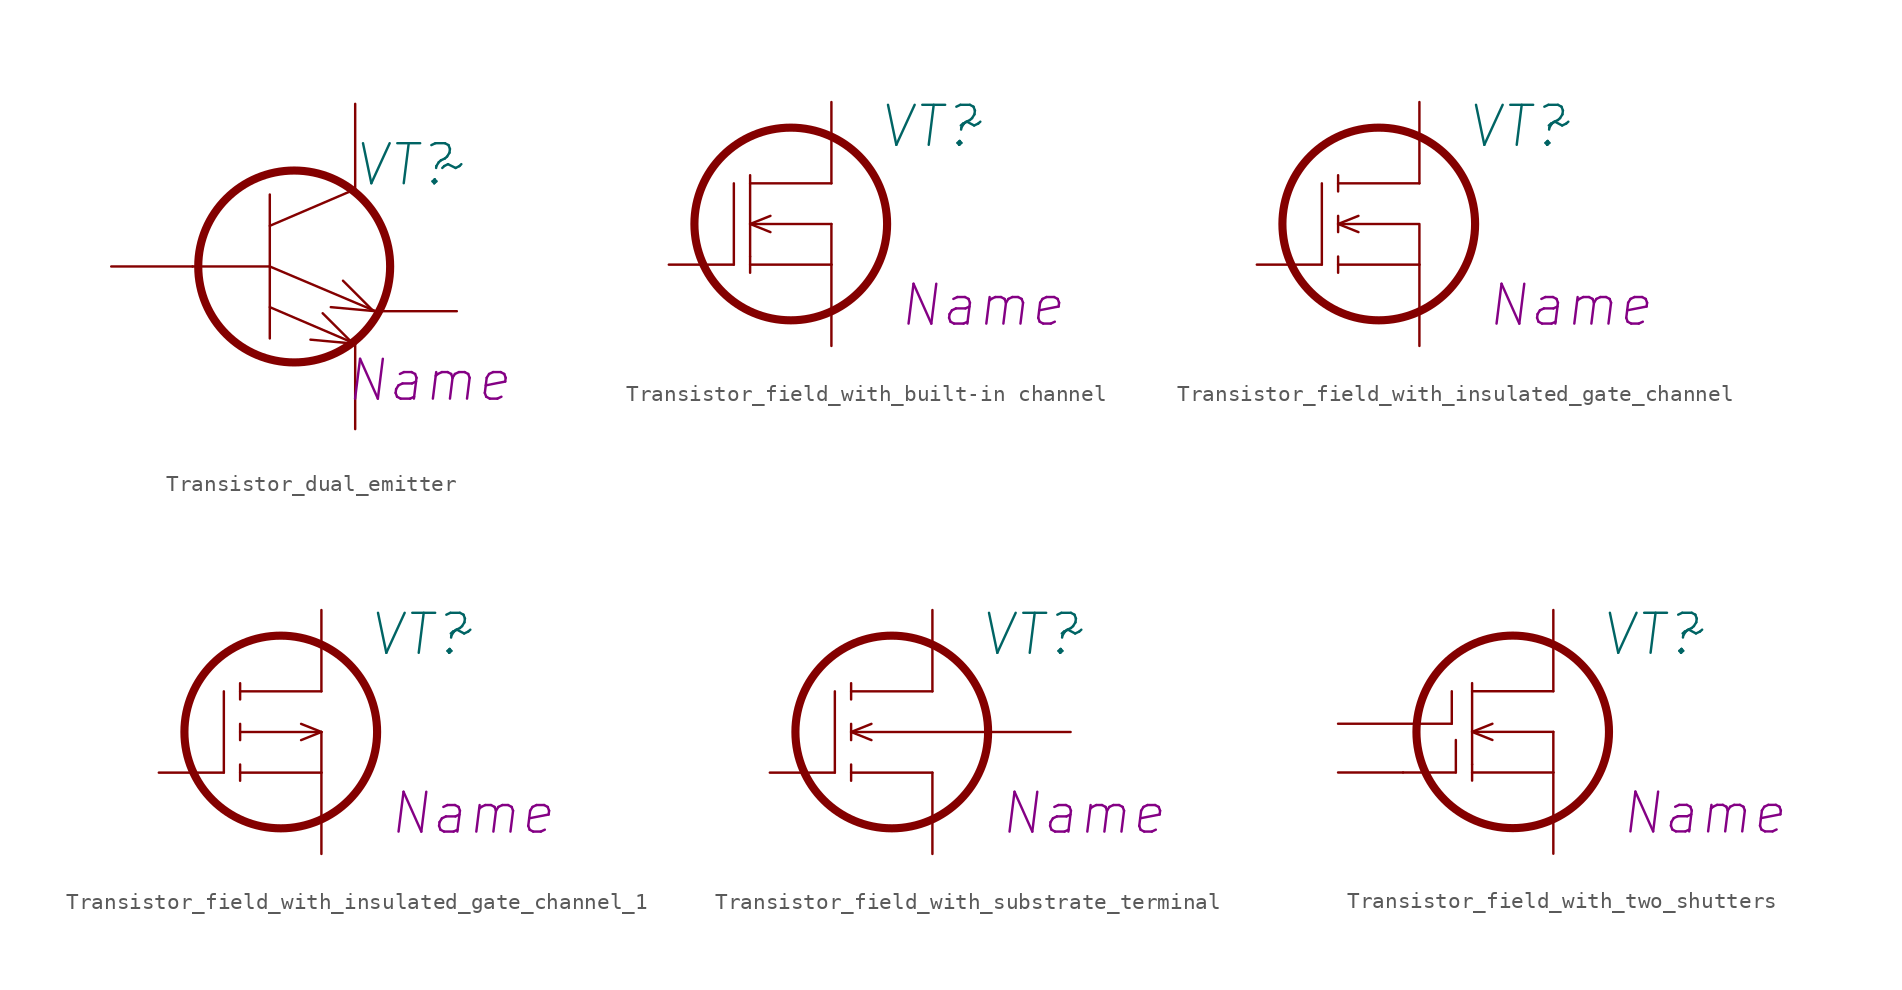
<source format=kicad_sym>
(kicad_symbol_lib
  (version 20241209)
  (generator "kicad_symbol_editor")
  (generator_version "9.0")
  (symbol "Transistor_dual_emitter"
    (pin_numbers
      (hide yes))
    (pin_names
      (offset 1.016)
      (hide yes))
    (property "Reference" "VT"
      (at 3.048 6.35 0)
      (effects (font (size 2.5 2.5) (italic yes))))
    (property "Value" "~"
      (at 6.096 6.35 0)
      (effects (font (size 2.5 2.5))))
    (property "Name" "Name"
      (at 4.572 -7.112 0)
      (effects (font (size 2.489 2.489) (italic yes))))
    (symbol "Transistor_dual_emitter_0_1"
      (polyline (pts (xy -10.16 0) (xy -5.334 0)) (stroke (width 0) (type solid)) (fill (type none)))
      (polyline (pts (xy -5.334 2.54) (xy 0 4.826)) (stroke (width 0) (type solid)) (fill (type none)))
      (polyline (pts (xy -5.334 0) (xy -5.334 4.496)) (stroke (width 0) (type solid)) (fill (type none)))
      (polyline (pts (xy -5.334 0) (xy -5.334 -4.496)) (stroke (width 0) (type solid)) (fill (type none)))
      (polyline (pts (xy -5.334 0) (xy 1.27 -2.794)) (stroke (width 0) (type solid)) (fill (type none)))
      (polyline (pts (xy -5.334 -2.54) (xy 0 -4.826)) (stroke (width 0) (type solid)) (fill (type none)))
      (circle (center -3.81 0) (radius 5.994) (stroke (width 0.508) (type solid)) (fill (type none)))
      (polyline (pts (xy -2.794 -4.572) (xy 0 -4.826)) (stroke (width 0) (type solid)) (fill (type none)))
      (polyline (pts (xy -1.524 -2.54) (xy 1.27 -2.794)) (stroke (width 0) (type solid)) (fill (type none)))
      (polyline (pts (xy -0.254 -4.699) (xy -2.032 -2.921)) (stroke (width 0) (type solid)) (fill (type none)))
      (polyline (pts (xy 1.016 -2.667) (xy -0.762 -0.889)) (stroke (width 0) (type solid)) (fill (type none))))
    (symbol "Transistor_dual_emitter_1_1"
      (pin passive line (at -15.24 0 0) (length 5.08) (name "1" (effects (font (size 1.27 1.27)))) (number "1" (effects (font (size 1.27 1.27)))))
      (pin passive line (at 0 10.16 270) (length 5.334) (name "3" (effects (font (size 1.27 1.27)))) (number "3" (effects (font (size 1.27 1.27)))))
      (pin passive line (at 0 -10.16 90) (length 5.334) (name "2" (effects (font (size 1.27 1.27)))) (number "2" (effects (font (size 1.27 1.27)))))
      (pin passive line (at 6.35 -2.794 180) (length 5) (name "" (effects (font (size 1.27 1.27)))) (number "4" (effects (font (size 1.27 1.27)))))))
  (symbol "Transistor_field_with_built-in channel"
    (pin_numbers
      (hide yes))
    (pin_names
      (offset 1.016)
      (hide yes))
    (property "Reference" "VT"
      (at 6.096 8.636 0)
      (effects (font (size 2.5 2.5) (italic yes))))
    (property "Value" "~"
      (at 8.636 8.89 0)
      (effects (font (size 2.5 2.5) (italic yes))))
    (property "Name" "Name"
      (at 9.398 -2.54 0)
      (effects (font (size 2.489 2.489) (italic yes))))
    (symbol "Transistor_field_with_built-in channel_0_1"
      (polyline (pts (xy -6.096 0) (xy -6.096 5.08)) (stroke (width 0) (type solid)) (fill (type none)))
      (polyline (pts (xy -5.08 5.588) (xy -5.08 0.508)) (stroke (width 0) (type solid)) (fill (type none)))
      (polyline (pts (xy -5.08 2.54) (xy -3.81 3.048)) (stroke (width 0) (type solid)) (fill (type none)))
      (polyline (pts (xy -5.08 2.54) (xy -3.81 2.032)) (stroke (width 0) (type solid)) (fill (type none)))
      (polyline (pts (xy -5.08 2.54) (xy 0 2.54) (xy 0 2.54)) (stroke (width 0) (type solid)) (fill (type none)))
      (polyline (pts (xy -5.08 0.508) (xy -5.08 -0.508)) (stroke (width 0) (type solid)) (fill (type none)))
      (polyline (pts (xy -5.08 0) (xy 0 0)) (stroke (width 0) (type solid)) (fill (type none)))
      (circle (center -2.54 2.54) (radius 6.02) (stroke (width 0.508) (type solid)) (fill (type none)))
      (polyline (pts (xy 0 5.08) (xy -5.08 5.08)) (stroke (width 0) (type solid)) (fill (type none)))
      (polyline (pts (xy 0 2.54) (xy 0 0)) (stroke (width 0) (type default)) (fill (type none))))
    (symbol "Transistor_field_with_built-in channel_1_1"
      (pin passive line (at -10.16 0 0) (length 4.064) (name "1" (effects (font (size 1.27 1.27)))) (number "1" (effects (font (size 1.27 1.27)))))
      (pin passive line (at 0 10.16 270) (length 5.08) (name "3" (effects (font (size 1.27 1.27)))) (number "3" (effects (font (size 1.27 1.27)))))
      (pin passive line (at 0 -5.08 90) (length 5.08) (name "2" (effects (font (size 1.27 1.27)))) (number "2" (effects (font (size 1.27 1.27)))))))
  (symbol "Transistor_field_with_insulated_gate_channel"
    (pin_numbers
      (hide yes))
    (pin_names
      (offset 1.016)
      (hide yes))
    (property "Reference" "VT"
      (at 6.096 8.636 0)
      (effects (font (size 2.5 2.5) (italic yes))))
    (property "Value" "~"
      (at 8.636 8.89 0)
      (effects (font (size 2.5 2.5) (italic yes))))
    (property "Name" "Name"
      (at 9.398 -2.54 0)
      (effects (font (size 2.489 2.489) (italic yes))))
    (symbol "Transistor_field_with_insulated_gate_channel_0_1"
      (polyline (pts (xy -6.096 0) (xy -6.096 5.08)) (stroke (width 0) (type solid)) (fill (type none)))
      (polyline (pts (xy -5.08 5.588) (xy -5.08 4.572)) (stroke (width 0) (type solid)) (fill (type none)))
      (polyline (pts (xy -5.08 3.048) (xy -5.08 2.032)) (stroke (width 0) (type solid)) (fill (type none)))
      (polyline (pts (xy -5.08 2.54) (xy -3.81 3.048)) (stroke (width 0) (type solid)) (fill (type none)))
      (polyline (pts (xy -5.08 2.54) (xy -3.81 2.032)) (stroke (width 0) (type solid)) (fill (type none)))
      (polyline (pts (xy -5.08 2.54) (xy 0 2.54) (xy 0 0)) (stroke (width 0) (type solid)) (fill (type none)))
      (polyline (pts (xy -5.08 0.508) (xy -5.08 -0.508)) (stroke (width 0) (type solid)) (fill (type none)))
      (polyline (pts (xy -5.08 0) (xy 0 0)) (stroke (width 0) (type solid)) (fill (type none)))
      (circle (center -2.54 2.54) (radius 6.02) (stroke (width 0.508) (type solid)) (fill (type none)))
      (polyline (pts (xy 0 5.08) (xy -5.08 5.08)) (stroke (width 0) (type solid)) (fill (type none))))
    (symbol "Transistor_field_with_insulated_gate_channel_1_1"
      (pin passive line (at -10.16 0 0) (length 4.064) (name "1" (effects (font (size 1.27 1.27)))) (number "1" (effects (font (size 1.27 1.27)))))
      (pin passive line (at 0 10.16 270) (length 5.08) (name "3" (effects (font (size 1.27 1.27)))) (number "3" (effects (font (size 1.27 1.27)))))
      (pin passive line (at 0 -5.08 90) (length 5.08) (name "2" (effects (font (size 1.27 1.27)))) (number "2" (effects (font (size 1.27 1.27)))))))
  (symbol "Transistor_field_with_insulated_gate_channel_1"
    (pin_numbers
      (hide yes))
    (pin_names
      (offset 1.016)
      (hide yes))
    (property "Reference" "VT"
      (at 6.096 8.636 0)
      (effects (font (size 2.5 2.5) (italic yes))))
    (property "Value" "~"
      (at 8.636 8.89 0)
      (effects (font (size 2.5 2.5) (italic yes))))
    (property "Name" "Name"
      (at 9.398 -2.54 0)
      (effects (font (size 2.489 2.489) (italic yes))))
    (symbol "Transistor_field_with_insulated_gate_channel_1_0_1"
      (polyline (pts (xy -6.096 0) (xy -6.096 5.08)) (stroke (width 0) (type solid)) (fill (type none)))
      (polyline (pts (xy -5.08 5.588) (xy -5.08 4.572)) (stroke (width 0) (type solid)) (fill (type none)))
      (polyline (pts (xy -5.08 3.048) (xy -5.08 2.032)) (stroke (width 0) (type solid)) (fill (type none)))
      (polyline (pts (xy -5.08 0.508) (xy -5.08 -0.508)) (stroke (width 0) (type solid)) (fill (type none)))
      (polyline (pts (xy -5.08 0) (xy 0 0)) (stroke (width 0) (type solid)) (fill (type none)))
      (circle (center -2.54 2.54) (radius 6.02) (stroke (width 0.508) (type solid)) (fill (type none)))
      (polyline (pts (xy 0 5.08) (xy -5.08 5.08)) (stroke (width 0) (type solid)) (fill (type none)))
      (polyline (pts (xy 0 2.54) (xy -1.27 3.048)) (stroke (width 0) (type solid)) (fill (type none)))
      (polyline (pts (xy 0 2.54) (xy -1.27 2.032)) (stroke (width 0) (type solid)) (fill (type none)))
      (polyline (pts (xy 0 2.54) (xy 0 0)) (stroke (width 0) (type default)) (fill (type none)))
      (polyline (pts (xy 0 2.54) (xy -5.08 2.54) (xy -5.08 2.54)) (stroke (width 0) (type solid)) (fill (type none))))
    (symbol "Transistor_field_with_insulated_gate_channel_1_1_1"
      (pin passive line (at -10.16 0 0) (length 4.064) (name "1" (effects (font (size 1.27 1.27)))) (number "1" (effects (font (size 1.27 1.27)))))
      (pin passive line (at 0 10.16 270) (length 5.08) (name "3" (effects (font (size 1.27 1.27)))) (number "3" (effects (font (size 1.27 1.27)))))
      (pin passive line (at 0 -5.08 90) (length 5.08) (name "2" (effects (font (size 1.27 1.27)))) (number "2" (effects (font (size 1.27 1.27)))))))
  (symbol "Transistor_field_with_substrate_terminal"
    (pin_numbers
      (hide yes))
    (pin_names
      (offset 1.016)
      (hide yes))
    (property "Reference" "VT"
      (at 6.096 8.636 0)
      (effects (font (size 2.5 2.5) (italic yes))))
    (property "Value" "~"
      (at 8.636 8.89 0)
      (effects (font (size 2.5 2.5) (italic yes))))
    (property "Name" "Name"
      (at 9.398 -2.54 0)
      (effects (font (size 2.489 2.489) (italic yes))))
    (symbol "Transistor_field_with_substrate_terminal_0_1"
      (polyline (pts (xy -6.096 0) (xy -6.096 5.08)) (stroke (width 0) (type solid)) (fill (type none)))
      (polyline (pts (xy -5.08 5.588) (xy -5.08 4.572)) (stroke (width 0) (type solid)) (fill (type none)))
      (polyline (pts (xy -5.08 3.048) (xy -5.08 2.032)) (stroke (width 0) (type solid)) (fill (type none)))
      (polyline (pts (xy -5.08 2.54) (xy -3.81 3.048)) (stroke (width 0) (type solid)) (fill (type none)))
      (polyline (pts (xy -5.08 2.54) (xy -3.81 2.032)) (stroke (width 0) (type solid)) (fill (type none)))
      (polyline (pts (xy -5.08 2.54) (xy 3.556 2.54) (xy 0 2.54)) (stroke (width 0) (type solid)) (fill (type none)))
      (polyline (pts (xy -5.08 0.508) (xy -5.08 -0.508)) (stroke (width 0) (type solid)) (fill (type none)))
      (polyline (pts (xy -5.08 0) (xy 0 0)) (stroke (width 0) (type solid)) (fill (type none)))
      (circle (center -2.54 2.54) (radius 6.02) (stroke (width 0.508) (type solid)) (fill (type none)))
      (polyline (pts (xy 0 5.08) (xy -5.08 5.08)) (stroke (width 0) (type solid)) (fill (type none))))
    (symbol "Transistor_field_with_substrate_terminal_1_1"
      (pin passive line (at -10.16 0 0) (length 4.064) (name "1" (effects (font (size 1.27 1.27)))) (number "1" (effects (font (size 1.27 1.27)))))
      (pin passive line (at 0 10.16 270) (length 5.08) (name "3" (effects (font (size 1.27 1.27)))) (number "3" (effects (font (size 1.27 1.27)))))
      (pin passive line (at 0 -5.08 90) (length 5.08) (name "2" (effects (font (size 1.27 1.27)))) (number "2" (effects (font (size 1.27 1.27)))))
      (pin passive line (at 8.636 2.54 180) (length 5) (name "" (effects (font (size 1.27 1.27)))) (number "4" (effects (font (size 1.27 1.27)))))))
  (symbol "Transistor_field_with_two_shutters"
    (pin_numbers
      (hide yes))
    (pin_names
      (offset 1.016)
      (hide yes))
    (property "Reference" "VT"
      (at 6.096 8.636 0)
      (effects (font (size 2.5 2.5) (italic yes))))
    (property "Value" "~"
      (at 8.636 8.89 0)
      (effects (font (size 2.5 2.5) (italic yes))))
    (property "Name" "Name"
      (at 9.398 -2.54 0)
      (effects (font (size 2.489 2.489) (italic yes))))
    (symbol "Transistor_field_with_two_shutters_0_1"
      (polyline (pts (xy -6.35 3.048) (xy -8.382 3.048)) (stroke (width 0) (type default)) (fill (type none)))
      (polyline (pts (xy -6.35 3.048) (xy -6.35 5.08)) (stroke (width 0) (type solid)) (fill (type none)))
      (polyline (pts (xy -6.096 0) (xy -9.398 0)) (stroke (width 0) (type default)) (fill (type none)))
      (polyline (pts (xy -6.096 0) (xy -6.096 2.032)) (stroke (width 0) (type solid)) (fill (type none)))
      (polyline (pts (xy -5.08 5.588) (xy -5.08 0.508)) (stroke (width 0) (type solid)) (fill (type none)))
      (polyline (pts (xy -5.08 2.54) (xy -3.81 3.048)) (stroke (width 0) (type solid)) (fill (type none)))
      (polyline (pts (xy -5.08 2.54) (xy -3.81 2.032)) (stroke (width 0) (type solid)) (fill (type none)))
      (polyline (pts (xy -5.08 2.54) (xy 0 2.54) (xy 0 2.54)) (stroke (width 0) (type solid)) (fill (type none)))
      (polyline (pts (xy -5.08 0.508) (xy -5.08 -0.508)) (stroke (width 0) (type solid)) (fill (type none)))
      (polyline (pts (xy -5.08 0) (xy 0 0)) (stroke (width 0) (type solid)) (fill (type none)))
      (circle (center -2.54 2.54) (radius 6.02) (stroke (width 0.508) (type solid)) (fill (type none)))
      (polyline (pts (xy 0 5.08) (xy -5.08 5.08)) (stroke (width 0) (type solid)) (fill (type none)))
      (polyline (pts (xy 0 2.54) (xy 0 0)) (stroke (width 0) (type default)) (fill (type none))))
    (symbol "Transistor_field_with_two_shutters_1_1"
      (pin passive line (at -13.462 3.048 0) (length 5) (name "" (effects (font (size 1.27 1.27)))) (number "" (effects (font (size 1.27 1.27)))))
      (pin passive line (at -13.462 0 0) (length 4.064) (name "1" (effects (font (size 1.27 1.27)))) (number "1" (effects (font (size 1.27 1.27)))))
      (pin passive line (at 0 10.16 270) (length 5.08) (name "3" (effects (font (size 1.27 1.27)))) (number "3" (effects (font (size 1.27 1.27)))))
      (pin passive line (at 0 -5.08 90) (length 5.08) (name "2" (effects (font (size 1.27 1.27)))) (number "2" (effects (font (size 1.27 1.27))))))))
</source>
